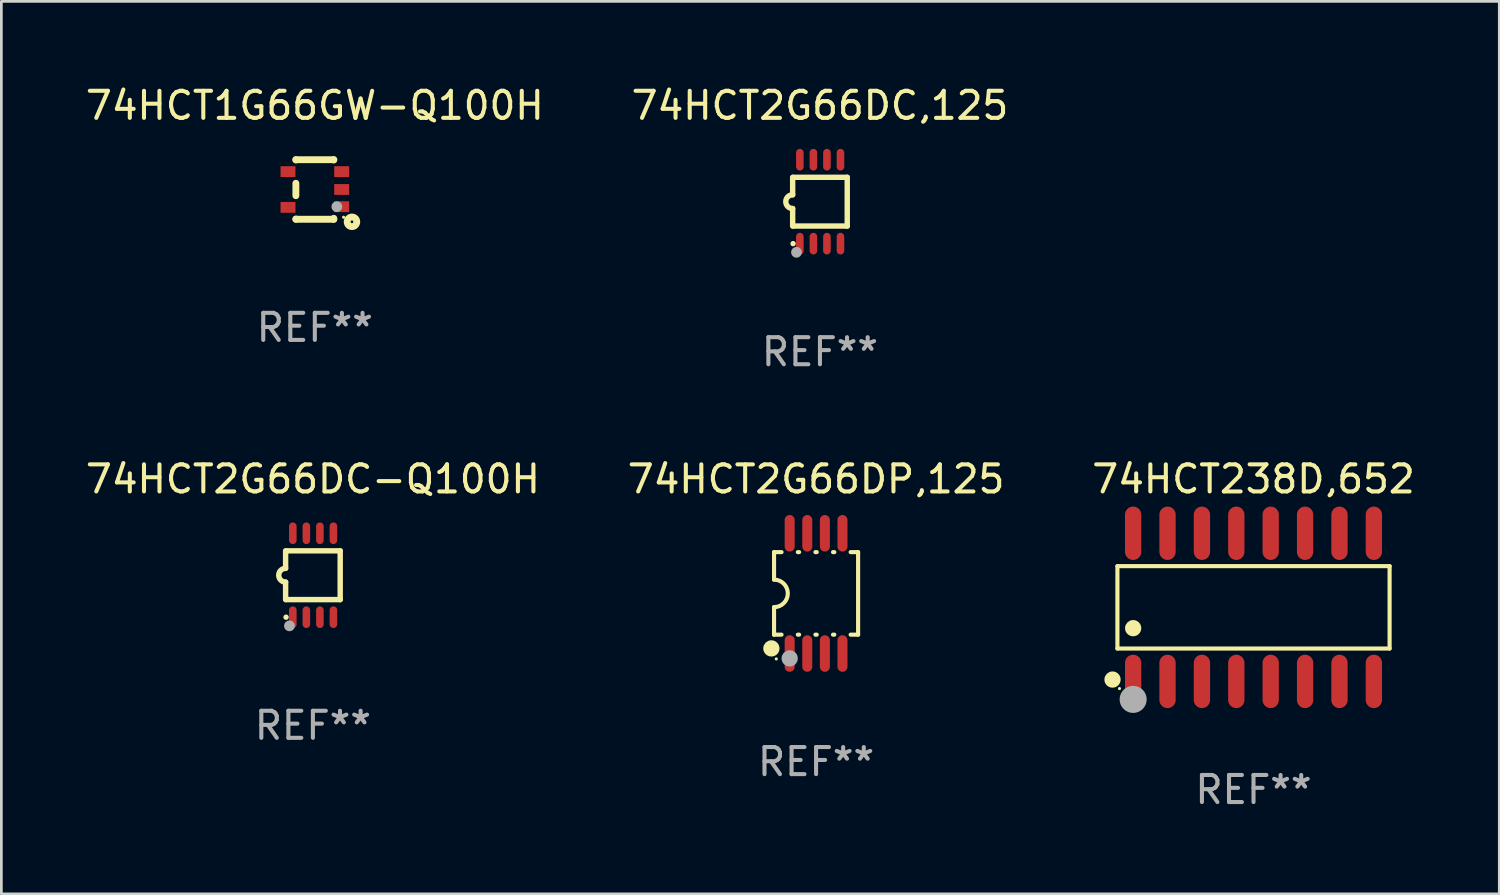
<source format=kicad_pcb>
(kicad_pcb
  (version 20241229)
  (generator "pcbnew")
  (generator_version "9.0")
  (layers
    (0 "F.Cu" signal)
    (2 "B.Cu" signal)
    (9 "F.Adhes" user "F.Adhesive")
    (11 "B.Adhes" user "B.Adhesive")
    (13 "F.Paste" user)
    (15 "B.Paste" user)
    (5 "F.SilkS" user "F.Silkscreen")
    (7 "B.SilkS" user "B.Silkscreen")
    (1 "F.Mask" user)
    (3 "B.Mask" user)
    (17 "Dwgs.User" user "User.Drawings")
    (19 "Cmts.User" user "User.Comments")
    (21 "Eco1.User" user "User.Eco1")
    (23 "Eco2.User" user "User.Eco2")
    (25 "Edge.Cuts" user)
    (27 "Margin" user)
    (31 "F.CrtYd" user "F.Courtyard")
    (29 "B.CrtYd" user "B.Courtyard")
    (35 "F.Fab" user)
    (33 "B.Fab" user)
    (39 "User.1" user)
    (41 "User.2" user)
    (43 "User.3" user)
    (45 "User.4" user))
  (footprint "74HCT238D,652"
    (layer "F.Cu")
    (at 43.244 19.38)
    (property "Reference" "74HCT238D,652" (at 0 -4.736 0) (layer "F.SilkS") (effects (font (size 1 1) (thickness 0.15))))
    (attr through_hole)
    (fp_line (start -5.026 -1.521) (end 5.026 -1.521) (stroke (width 0.152) (type solid)) (layer "F.SilkS"))
    (fp_line (start -5.026 1.521) (end -5.026 -1.521) (stroke (width 0.152) (type solid)) (layer "F.SilkS"))
    (fp_line (start 5.026 -1.521) (end 5.026 1.521) (stroke (width 0.152) (type solid)) (layer "F.SilkS"))
    (fp_line (start 5.026 1.521) (end -5.026 1.521) (stroke (width 0.152) (type solid)) (layer "F.SilkS"))
    (fp_circle (center -5.207 2.667) (end -5.057 2.667) (stroke (width 0.3) (type solid)) (fill no) (layer "F.SilkS"))
    (fp_circle (center -4.95 3) (end -4.92 3) (stroke (width 0.06) (type solid)) (fill no) (layer "F.SilkS"))
    (fp_circle (center -4.445 0.769) (end -4.295 0.769) (stroke (width 0.3) (type solid)) (fill no) (layer "F.SilkS"))
    (fp_circle (center -4.445 3.4) (end -4.195 3.4) (stroke (width 0.5) (type solid)) (fill no) (layer "F.Fab"))
    (fp_text user "REF**" (at 0 6.736 0) (layer "F.Fab") (effects (font (size 1 1) (thickness 0.15))))
    (pad "1" smd oval (at -4.445 2.736) (size 0.602 1.971) (layers "F.Cu" "F.Mask" "F.Paste"))
    (pad "2" smd oval (at -3.175 2.736) (size 0.602 1.971) (layers "F.Cu" "F.Mask" "F.Paste"))
    (pad "3" smd oval (at -1.905 2.736) (size 0.602 1.971) (layers "F.Cu" "F.Mask" "F.Paste"))
    (pad "4" smd oval (at -0.635 2.736) (size 0.602 1.971) (layers "F.Cu" "F.Mask" "F.Paste"))
    (pad "5" smd oval (at 0.635 2.736) (size 0.602 1.971) (layers "F.Cu" "F.Mask" "F.Paste"))
    (pad "6" smd oval (at 1.905 2.736) (size 0.602 1.971) (layers "F.Cu" "F.Mask" "F.Paste"))
    (pad "7" smd oval (at 3.175 2.736) (size 0.602 1.971) (layers "F.Cu" "F.Mask" "F.Paste"))
    (pad "8" smd oval (at 4.445 2.736) (size 0.602 1.971) (layers "F.Cu" "F.Mask" "F.Paste"))
    (pad "9" smd oval (at 4.445 -2.736) (size 0.602 1.971) (layers "F.Cu" "F.Mask" "F.Paste"))
    (pad "10" smd oval (at 3.175 -2.736) (size 0.602 1.971) (layers "F.Cu" "F.Mask" "F.Paste"))
    (pad "11" smd oval (at 1.905 -2.736) (size 0.602 1.971) (layers "F.Cu" "F.Mask" "F.Paste"))
    (pad "12" smd oval (at 0.635 -2.736) (size 0.602 1.971) (layers "F.Cu" "F.Mask" "F.Paste"))
    (pad "13" smd oval (at -0.635 -2.736) (size 0.602 1.971) (layers "F.Cu" "F.Mask" "F.Paste"))
    (pad "14" smd oval (at -1.905 -2.736) (size 0.602 1.971) (layers "F.Cu" "F.Mask" "F.Paste"))
    (pad "15" smd oval (at -3.175 -2.736) (size 0.602 1.971) (layers "F.Cu" "F.Mask" "F.Paste"))
    (pad "16" smd oval (at -4.445 -2.736) (size 0.602 1.971) (layers "F.Cu" "F.Mask" "F.Paste")))
  (footprint "74HCT2G66DC,125"
    (layer "F.Cu")
    (at 27.232 4.398)
    (property "Reference" "74HCT2G66DC,125" (at 0 -3.55 0) (layer "F.SilkS") (effects (font (size 1 1) (thickness 0.15))))
    (attr through_hole)
    (fp_line (start -1.008 -0.254) (end -1.008 -0.9) (stroke (width 0.2) (type solid)) (layer "F.SilkS"))
    (fp_line (start -1.008 0.254) (end -1.008 0.9) (stroke (width 0.2) (type solid)) (layer "F.SilkS"))
    (fp_line (start -0.992 0.9) (end 1.008 0.9) (stroke (width 0.2) (type solid)) (layer "F.SilkS"))
    (fp_line (start 1.008 -0.9) (end -0.992 -0.9) (stroke (width 0.2) (type solid)) (layer "F.SilkS"))
    (fp_line (start 1.008 0.9) (end 1.008 -0.9) (stroke (width 0.2) (type solid)) (layer "F.SilkS"))
    (fp_arc (start -1.008001 0.254001) (mid -1.262002 0) (end -1.008001 -0.254001) (stroke (width 0.2) (type solid)) (layer "F.SilkS"))
    (fp_circle (center -0.992 1.55) (end -0.942 1.55) (stroke (width 0.1) (type solid)) (fill no) (layer "F.SilkS"))
    (fp_circle (center -0.866 1.87) (end -0.766 1.87) (stroke (width 0.2) (type solid)) (fill no) (layer "F.Fab"))
    (fp_text user "REF**" (at 0 5.55 0) (layer "F.Fab") (effects (font (size 1 1) (thickness 0.15))))
    (pad "1" smd oval (at -0.742 1.55 270) (size 0.8 0.28) (layers "F.Cu" "F.Mask" "F.Paste"))
    (pad "2" smd oval (at -0.242 1.55 270) (size 0.8 0.28) (layers "F.Cu" "F.Mask" "F.Paste"))
    (pad "3" smd oval (at 0.258 1.55 270) (size 0.8 0.28) (layers "F.Cu" "F.Mask" "F.Paste"))
    (pad "4" smd oval (at 0.758 1.55 270) (size 0.8 0.28) (layers "F.Cu" "F.Mask" "F.Paste"))
    (pad "5" smd oval (at 0.758 -1.55 270) (size 0.8 0.28) (layers "F.Cu" "F.Mask" "F.Paste"))
    (pad "6" smd oval (at 0.258 -1.55 270) (size 0.8 0.28) (layers "F.Cu" "F.Mask" "F.Paste"))
    (pad "7" smd oval (at -0.242 -1.55 270) (size 0.8 0.28) (layers "F.Cu" "F.Mask" "F.Paste"))
    (pad "8" smd oval (at -0.742 -1.55 270) (size 0.8 0.28) (layers "F.Cu" "F.Mask" "F.Paste")))
  (footprint "74HCT1G66GW-Q100H"
    (layer "F.Cu")
    (at 8.577 3.948)
    (property "Reference" "74HCT1G66GW-Q100H" (at 0 -3.1 0) (layer "F.SilkS") (effects (font (size 1 1) (thickness 0.15))))
    (attr through_hole)
    (fp_line (start -0.7 -1.1) (end 0.7 -1.1) (stroke (width 0.254) (type solid)) (layer "F.SilkS"))
    (fp_line (start -0.7 -1.09) (end -0.7 -1.1) (stroke (width 0.254) (type solid)) (layer "F.SilkS"))
    (fp_line (start -0.7 0.23) (end -0.7 -0.23) (stroke (width 0.254) (type solid)) (layer "F.SilkS"))
    (fp_line (start -0.7 1.1) (end -0.7 1.09) (stroke (width 0.254) (type solid)) (layer "F.SilkS"))
    (fp_line (start -0.7 1.1) (end 0.7 1.1) (stroke (width 0.254) (type solid)) (layer "F.SilkS"))
    (fp_line (start 0.7 -1.09) (end 0.7 -1.1) (stroke (width 0.254) (type solid)) (layer "F.SilkS"))
    (fp_line (start 0.7 1.1) (end 0.7 1.065) (stroke (width 0.254) (type solid)) (layer "F.SilkS"))
    (fp_circle (center 1.062 1.025) (end 1.092 1.025) (stroke (width 0.06) (type solid)) (fill no) (layer "F.SilkS"))
    (fp_circle (center 1.372 1.194) (end 1.422 1.194) (stroke (width 0.254) (type solid)) (fill no) (layer "F.SilkS"))
    (fp_circle (center 0.813 0.635) (end 0.913 0.635) (stroke (width 0.2) (type solid)) (fill no) (layer "F.Fab"))
    (fp_text user "REF**" (at 0 5.1 0) (layer "F.Fab") (effects (font (size 1 1) (thickness 0.15))))
    (pad "1" smd rect (at 0.991 0.635 270) (size 0.399 0.551) (layers "F.Cu" "F.Mask" "F.Paste"))
    (pad "2" smd rect (at 0.991 0.000051 270) (size 0.399 0.551) (layers "F.Cu" "F.Mask" "F.Paste"))
    (pad "3" smd rect (at 0.991 -0.66 270) (size 0.399 0.551) (layers "F.Cu" "F.Mask" "F.Paste"))
    (pad "4" smd rect (at -0.991 -0.66 270) (size 0.399 0.551) (layers "F.Cu" "F.Mask" "F.Paste"))
    (pad "5" smd rect (at -0.991 0.66 270) (size 0.399 0.551) (layers "F.Cu" "F.Mask" "F.Paste")))
  (footprint "74HCT2G66DC-Q100H"
    (layer "F.Cu")
    (at 8.506 18.194)
    (property "Reference" "74HCT2G66DC-Q100H" (at 0 -3.55 0) (layer "F.SilkS") (effects (font (size 1 1) (thickness 0.15))))
    (attr through_hole)
    (fp_line (start -1.008 -0.254) (end -1.008 -0.9) (stroke (width 0.2) (type solid)) (layer "F.SilkS"))
    (fp_line (start -1.008 0.254) (end -1.008 0.9) (stroke (width 0.2) (type solid)) (layer "F.SilkS"))
    (fp_line (start -0.992 0.9) (end 1.008 0.9) (stroke (width 0.2) (type solid)) (layer "F.SilkS"))
    (fp_line (start 1.008 -0.9) (end -0.992 -0.9) (stroke (width 0.2) (type solid)) (layer "F.SilkS"))
    (fp_line (start 1.008 0.9) (end 1.008 -0.9) (stroke (width 0.2) (type solid)) (layer "F.SilkS"))
    (fp_arc (start -1.008001 0.254001) (mid -1.262002 0) (end -1.008001 -0.254001) (stroke (width 0.2) (type solid)) (layer "F.SilkS"))
    (fp_circle (center -0.992 1.55) (end -0.942 1.55) (stroke (width 0.1) (type solid)) (fill no) (layer "F.SilkS"))
    (fp_circle (center -0.866 1.87) (end -0.766 1.87) (stroke (width 0.2) (type solid)) (fill no) (layer "F.Fab"))
    (fp_text user "REF**" (at 0 5.55 0) (layer "F.Fab") (effects (font (size 1 1) (thickness 0.15))))
    (pad "1" smd oval (at -0.742 1.55 270) (size 0.8 0.28) (layers "F.Cu" "F.Mask" "F.Paste"))
    (pad "2" smd oval (at -0.242 1.55 270) (size 0.8 0.28) (layers "F.Cu" "F.Mask" "F.Paste"))
    (pad "3" smd oval (at 0.258 1.55 270) (size 0.8 0.28) (layers "F.Cu" "F.Mask" "F.Paste"))
    (pad "4" smd oval (at 0.758 1.55 270) (size 0.8 0.28) (layers "F.Cu" "F.Mask" "F.Paste"))
    (pad "5" smd oval (at 0.758 -1.55 270) (size 0.8 0.28) (layers "F.Cu" "F.Mask" "F.Paste"))
    (pad "6" smd oval (at 0.258 -1.55 270) (size 0.8 0.28) (layers "F.Cu" "F.Mask" "F.Paste"))
    (pad "7" smd oval (at -0.242 -1.55 270) (size 0.8 0.28) (layers "F.Cu" "F.Mask" "F.Paste"))
    (pad "8" smd oval (at -0.742 -1.55 270) (size 0.8 0.28) (layers "F.Cu" "F.Mask" "F.Paste")))
  (footprint "74HCT2G66DP,125"
    (layer "F.Cu")
    (at 27.089 18.865)
    (property "Reference" "74HCT2G66DP,125" (at 0 -4.22 0) (layer "F.SilkS") (effects (font (size 1 1) (thickness 0.15))))
    (attr through_hole)
    (fp_line (start -1.552 -1.524) (end -1.276 -1.524) (stroke (width 0.152) (type solid)) (layer "F.SilkS"))
    (fp_line (start -1.552 -0.508) (end -1.552 -1.524) (stroke (width 0.152) (type solid)) (layer "F.SilkS"))
    (fp_line (start -1.552 1.524) (end -1.552 0.508) (stroke (width 0.152) (type solid)) (layer "F.SilkS"))
    (fp_line (start -1.552 1.524) (end -1.276 1.524) (stroke (width 0.152) (type solid)) (layer "F.SilkS"))
    (fp_line (start -0.674 -1.524) (end -0.626 -1.524) (stroke (width 0.152) (type solid)) (layer "F.SilkS"))
    (fp_line (start -0.674 1.524) (end -0.626 1.524) (stroke (width 0.152) (type solid)) (layer "F.SilkS"))
    (fp_line (start -0.024 -1.524) (end 0.024 -1.524) (stroke (width 0.152) (type solid)) (layer "F.SilkS"))
    (fp_line (start -0.024 1.524) (end 0.024 1.524) (stroke (width 0.152) (type solid)) (layer "F.SilkS"))
    (fp_line (start 0.626 -1.524) (end 0.674 -1.524) (stroke (width 0.152) (type solid)) (layer "F.SilkS"))
    (fp_line (start 0.626 1.524) (end 0.674 1.524) (stroke (width 0.152) (type solid)) (layer "F.SilkS"))
    (fp_line (start 1.276 1.524) (end 1.552 1.524) (stroke (width 0.152) (type solid)) (layer "F.SilkS"))
    (fp_line (start 1.276 -1.524) (end 1.552 -1.524) (stroke (width 0.152) (type solid)) (layer "F.SilkS"))
    (fp_line (start 1.552 -1.524) (end 1.552 1.524) (stroke (width 0.152) (type solid)) (layer "F.SilkS"))
    (fp_arc (start -1.551943 -0.508001) (mid -1.043942 0) (end -1.551943 0.508001) (stroke (width 0.151994) (type solid)) (layer "F.SilkS"))
    (fp_circle (center -1.651 2.032) (end -1.501 2.032) (stroke (width 0.3) (type solid)) (fill no) (layer "F.SilkS"))
    (fp_circle (center -1.47 2.42) (end -1.44 2.42) (stroke (width 0.06) (type solid)) (fill no) (layer "F.SilkS"))
    (fp_circle (center -0.975 2.4) (end -0.825 2.4) (stroke (width 0.3) (type solid)) (fill no) (layer "F.Fab"))
    (fp_text user "REF**" (at 0 6.22 0) (layer "F.Fab") (effects (font (size 1 1) (thickness 0.15))))
    (pad "1" smd oval (at -0.975 2.22) (size 0.37 1.35) (layers "F.Cu" "F.Mask" "F.Paste"))
    (pad "2" smd oval (at -0.325 2.22) (size 0.37 1.35) (layers "F.Cu" "F.Mask" "F.Paste"))
    (pad "3" smd oval (at 0.325 2.22) (size 0.37 1.35) (layers "F.Cu" "F.Mask" "F.Paste"))
    (pad "4" smd oval (at 0.975 2.22) (size 0.37 1.35) (layers "F.Cu" "F.Mask" "F.Paste"))
    (pad "5" smd oval (at 0.975 -2.22) (size 0.37 1.35) (layers "F.Cu" "F.Mask" "F.Paste"))
    (pad "6" smd oval (at 0.325 -2.22) (size 0.37 1.35) (layers "F.Cu" "F.Mask" "F.Paste"))
    (pad "7" smd oval (at -0.325 -2.22) (size 0.37 1.35) (layers "F.Cu" "F.Mask" "F.Paste"))
    (pad "8" smd oval (at -0.975 -2.22) (size 0.37 1.35) (layers "F.Cu" "F.Mask" "F.Paste")))
  (gr_rect
    (start -3 -3)
    (end 52.321 29.964)
    (stroke (width 0.1) (type default))
    (fill no)
    (layer "Edge.Cuts")))
</source>
